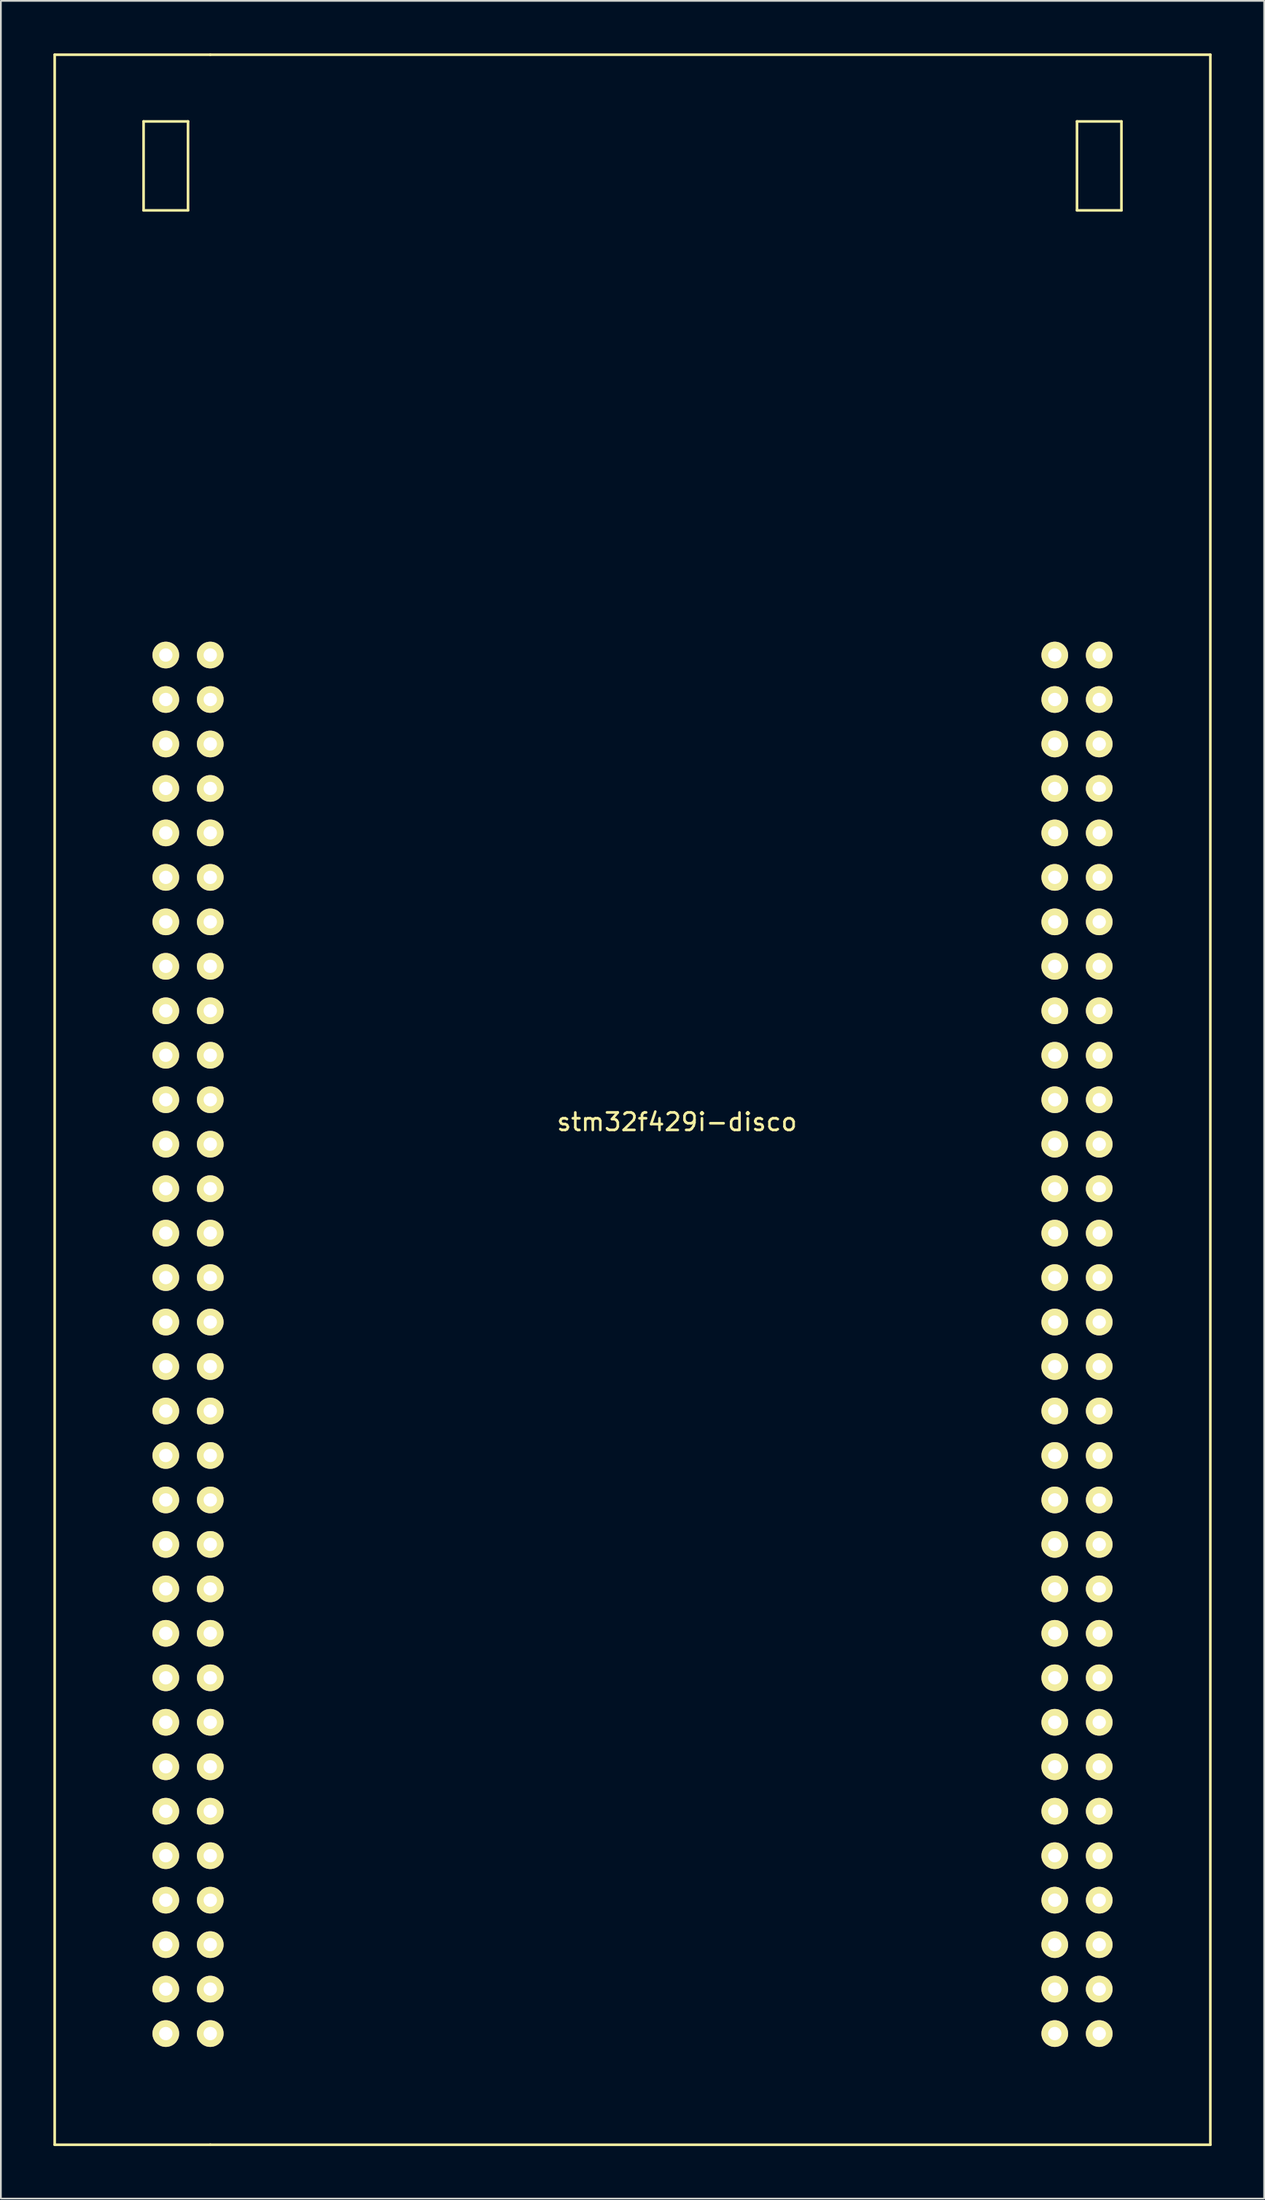
<source format=kicad_pcb>
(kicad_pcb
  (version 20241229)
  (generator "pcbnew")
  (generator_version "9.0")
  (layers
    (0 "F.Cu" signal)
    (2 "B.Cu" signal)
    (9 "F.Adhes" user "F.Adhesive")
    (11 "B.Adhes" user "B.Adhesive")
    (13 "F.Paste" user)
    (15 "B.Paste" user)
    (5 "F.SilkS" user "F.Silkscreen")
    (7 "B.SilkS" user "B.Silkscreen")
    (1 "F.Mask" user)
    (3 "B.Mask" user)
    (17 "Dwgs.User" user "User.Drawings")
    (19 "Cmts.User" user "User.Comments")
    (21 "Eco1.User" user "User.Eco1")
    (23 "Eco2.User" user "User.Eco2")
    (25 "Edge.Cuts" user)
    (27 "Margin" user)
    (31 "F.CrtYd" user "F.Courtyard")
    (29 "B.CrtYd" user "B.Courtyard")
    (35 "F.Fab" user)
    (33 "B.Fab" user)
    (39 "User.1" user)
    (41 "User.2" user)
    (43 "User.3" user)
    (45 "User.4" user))
  (footprint "stm32f429i-disco"
    (layer "F.Cu")
    (at 35.635 59.765)
    (property "Reference" "stm32f429i-disco" (at 0 1.27 0) (layer "F.SilkS") (effects (font (size 1 1) (thickness 0.15))))
    (attr through_hole)
    (fp_line (start -35.56 -59.69) (end -26.67 -59.69) (stroke (width 0.15) (type solid)) (layer "F.SilkS"))
    (fp_line (start -35.56 59.69) (end -35.56 -59.69) (stroke (width 0.15) (type solid)) (layer "F.SilkS"))
    (fp_line (start -30.48 -55.88) (end -27.94 -55.88) (stroke (width 0.15) (type solid)) (layer "F.SilkS"))
    (fp_line (start -30.48 -50.8) (end -30.48 -55.88) (stroke (width 0.15) (type solid)) (layer "F.SilkS"))
    (fp_line (start -27.94 -55.88) (end -27.94 -50.8) (stroke (width 0.15) (type solid)) (layer "F.SilkS"))
    (fp_line (start -27.94 -50.8) (end -30.48 -50.8) (stroke (width 0.15) (type solid)) (layer "F.SilkS"))
    (fp_line (start -26.67 -59.69) (end 30.48 -59.69) (stroke (width 0.15) (type solid)) (layer "F.SilkS"))
    (fp_line (start -26.67 59.69) (end -35.56 59.69) (stroke (width 0.15) (type solid)) (layer "F.SilkS"))
    (fp_line (start 22.86 -55.88) (end 25.4 -55.88) (stroke (width 0.15) (type solid)) (layer "F.SilkS"))
    (fp_line (start 22.86 -50.8) (end 22.86 -55.88) (stroke (width 0.15) (type solid)) (layer "F.SilkS"))
    (fp_line (start 25.4 -55.88) (end 25.4 -50.8) (stroke (width 0.15) (type solid)) (layer "F.SilkS"))
    (fp_line (start 25.4 -50.8) (end 22.86 -50.8) (stroke (width 0.15) (type solid)) (layer "F.SilkS"))
    (fp_line (start 30.48 59.69) (end -26.67 59.69) (stroke (width 0.15) (type solid)) (layer "F.SilkS"))
    (fp_line (start 30.48 59.69) (end 30.48 -59.69) (stroke (width 0.15) (type solid)) (layer "F.SilkS"))
    (pad "1" thru_hole circle (at -29.21 -25.4) (size 1.524 1.524) (drill 0.762) (layers "*.Cu" "*.Mask" "F.SilkS"))
    (pad "2" thru_hole circle (at -26.67 -25.4) (size 1.524 1.524) (drill 0.762) (layers "*.Cu" "*.Mask" "F.SilkS"))
    (pad "3" thru_hole circle (at -29.21 -22.86) (size 1.524 1.524) (drill 0.762) (layers "*.Cu" "*.Mask" "F.SilkS"))
    (pad "4" thru_hole circle (at -26.67 -22.86) (size 1.524 1.524) (drill 0.762) (layers "*.Cu" "*.Mask" "F.SilkS"))
    (pad "5" thru_hole circle (at -29.21 -20.32) (size 1.524 1.524) (drill 0.762) (layers "*.Cu" "*.Mask" "F.SilkS"))
    (pad "6" thru_hole circle (at -26.67 -20.32) (size 1.524 1.524) (drill 0.762) (layers "*.Cu" "*.Mask" "F.SilkS"))
    (pad "7" thru_hole circle (at -29.21 -17.78) (size 1.524 1.524) (drill 0.762) (layers "*.Cu" "*.Mask" "F.SilkS"))
    (pad "8" thru_hole circle (at -26.67 -17.78) (size 1.524 1.524) (drill 0.762) (layers "*.Cu" "*.Mask" "F.SilkS"))
    (pad "9" thru_hole circle (at -29.21 -15.24) (size 1.524 1.524) (drill 0.762) (layers "*.Cu" "*.Mask" "F.SilkS"))
    (pad "10" thru_hole circle (at -26.67 -15.24) (size 1.524 1.524) (drill 0.762) (layers "*.Cu" "*.Mask" "F.SilkS"))
    (pad "11" thru_hole circle (at -29.21 -12.7) (size 1.524 1.524) (drill 0.762) (layers "*.Cu" "*.Mask" "F.SilkS"))
    (pad "12" thru_hole circle (at -26.67 -12.7) (size 1.524 1.524) (drill 0.762) (layers "*.Cu" "*.Mask" "F.SilkS"))
    (pad "13" thru_hole circle (at -29.21 -10.16) (size 1.524 1.524) (drill 0.762) (layers "*.Cu" "*.Mask" "F.SilkS"))
    (pad "14" thru_hole circle (at -26.67 -10.16) (size 1.524 1.524) (drill 0.762) (layers "*.Cu" "*.Mask" "F.SilkS"))
    (pad "15" thru_hole circle (at -29.21 -7.62) (size 1.524 1.524) (drill 0.762) (layers "*.Cu" "*.Mask" "F.SilkS"))
    (pad "16" thru_hole circle (at -26.67 -7.62) (size 1.524 1.524) (drill 0.762) (layers "*.Cu" "*.Mask" "F.SilkS"))
    (pad "17" thru_hole circle (at -29.21 -5.08) (size 1.524 1.524) (drill 0.762) (layers "*.Cu" "*.Mask" "F.SilkS"))
    (pad "18" thru_hole circle (at -26.67 -5.08) (size 1.524 1.524) (drill 0.762) (layers "*.Cu" "*.Mask" "F.SilkS"))
    (pad "19" thru_hole circle (at -29.21 -2.54) (size 1.524 1.524) (drill 0.762) (layers "*.Cu" "*.Mask" "F.SilkS"))
    (pad "20" thru_hole circle (at -26.67 -2.54) (size 1.524 1.524) (drill 0.762) (layers "*.Cu" "*.Mask" "F.SilkS"))
    (pad "21" thru_hole circle (at -29.21 0) (size 1.524 1.524) (drill 0.762) (layers "*.Cu" "*.Mask" "F.SilkS"))
    (pad "22" thru_hole circle (at -26.67 0) (size 1.524 1.524) (drill 0.762) (layers "*.Cu" "*.Mask" "F.SilkS"))
    (pad "23" thru_hole circle (at -29.21 2.54) (size 1.524 1.524) (drill 0.762) (layers "*.Cu" "*.Mask" "F.SilkS"))
    (pad "24" thru_hole circle (at -26.67 2.54) (size 1.524 1.524) (drill 0.762) (layers "*.Cu" "*.Mask" "F.SilkS"))
    (pad "25" thru_hole circle (at -29.21 5.08) (size 1.524 1.524) (drill 0.762) (layers "*.Cu" "*.Mask" "F.SilkS"))
    (pad "26" thru_hole circle (at -26.67 5.08) (size 1.524 1.524) (drill 0.762) (layers "*.Cu" "*.Mask" "F.SilkS"))
    (pad "27" thru_hole circle (at -29.21 7.62) (size 1.524 1.524) (drill 0.762) (layers "*.Cu" "*.Mask" "F.SilkS"))
    (pad "28" thru_hole circle (at -26.67 7.62) (size 1.524 1.524) (drill 0.762) (layers "*.Cu" "*.Mask" "F.SilkS"))
    (pad "29" thru_hole circle (at -29.21 10.16) (size 1.524 1.524) (drill 0.762) (layers "*.Cu" "*.Mask" "F.SilkS"))
    (pad "30" thru_hole circle (at -26.67 10.16) (size 1.524 1.524) (drill 0.762) (layers "*.Cu" "*.Mask" "F.SilkS"))
    (pad "31" thru_hole circle (at -29.21 12.7) (size 1.524 1.524) (drill 0.762) (layers "*.Cu" "*.Mask" "F.SilkS"))
    (pad "32" thru_hole circle (at -26.67 12.7) (size 1.524 1.524) (drill 0.762) (layers "*.Cu" "*.Mask" "F.SilkS"))
    (pad "33" thru_hole circle (at -29.21 15.24) (size 1.524 1.524) (drill 0.762) (layers "*.Cu" "*.Mask" "F.SilkS"))
    (pad "34" thru_hole circle (at -26.67 15.24) (size 1.524 1.524) (drill 0.762) (layers "*.Cu" "*.Mask" "F.SilkS"))
    (pad "35" thru_hole circle (at -29.21 17.78) (size 1.524 1.524) (drill 0.762) (layers "*.Cu" "*.Mask" "F.SilkS"))
    (pad "36" thru_hole circle (at -26.67 17.78) (size 1.524 1.524) (drill 0.762) (layers "*.Cu" "*.Mask" "F.SilkS"))
    (pad "37" thru_hole circle (at -29.21 20.32) (size 1.524 1.524) (drill 0.762) (layers "*.Cu" "*.Mask" "F.SilkS"))
    (pad "38" thru_hole circle (at -26.67 20.32) (size 1.524 1.524) (drill 0.762) (layers "*.Cu" "*.Mask" "F.SilkS"))
    (pad "39" thru_hole circle (at -29.21 22.86) (size 1.524 1.524) (drill 0.762) (layers "*.Cu" "*.Mask" "F.SilkS"))
    (pad "40" thru_hole circle (at -26.67 22.86) (size 1.524 1.524) (drill 0.762) (layers "*.Cu" "*.Mask" "F.SilkS"))
    (pad "41" thru_hole circle (at -29.21 25.4) (size 1.524 1.524) (drill 0.762) (layers "*.Cu" "*.Mask" "F.SilkS"))
    (pad "42" thru_hole circle (at -26.67 25.4) (size 1.524 1.524) (drill 0.762) (layers "*.Cu" "*.Mask" "F.SilkS"))
    (pad "43" thru_hole circle (at -29.21 27.94) (size 1.524 1.524) (drill 0.762) (layers "*.Cu" "*.Mask" "F.SilkS"))
    (pad "44" thru_hole circle (at -26.67 27.94) (size 1.524 1.524) (drill 0.762) (layers "*.Cu" "*.Mask" "F.SilkS"))
    (pad "45" thru_hole circle (at -29.21 30.48) (size 1.524 1.524) (drill 0.762) (layers "*.Cu" "*.Mask" "F.SilkS"))
    (pad "46" thru_hole circle (at -26.67 30.48) (size 1.524 1.524) (drill 0.762) (layers "*.Cu" "*.Mask" "F.SilkS"))
    (pad "47" thru_hole circle (at -29.21 33.02) (size 1.524 1.524) (drill 0.762) (layers "*.Cu" "*.Mask" "F.SilkS"))
    (pad "48" thru_hole circle (at -26.67 33.02) (size 1.524 1.524) (drill 0.762) (layers "*.Cu" "*.Mask" "F.SilkS"))
    (pad "49" thru_hole circle (at -29.21 35.56) (size 1.524 1.524) (drill 0.762) (layers "*.Cu" "*.Mask" "F.SilkS"))
    (pad "50" thru_hole circle (at -26.67 35.56) (size 1.524 1.524) (drill 0.762) (layers "*.Cu" "*.Mask" "F.SilkS"))
    (pad "51" thru_hole circle (at -29.21 38.1) (size 1.524 1.524) (drill 0.762) (layers "*.Cu" "*.Mask" "F.SilkS"))
    (pad "52" thru_hole circle (at -26.67 38.1) (size 1.524 1.524) (drill 0.762) (layers "*.Cu" "*.Mask" "F.SilkS"))
    (pad "53" thru_hole circle (at -29.21 40.64) (size 1.524 1.524) (drill 0.762) (layers "*.Cu" "*.Mask" "F.SilkS"))
    (pad "54" thru_hole circle (at -26.67 40.64) (size 1.524 1.524) (drill 0.762) (layers "*.Cu" "*.Mask" "F.SilkS"))
    (pad "55" thru_hole circle (at -29.21 43.18) (size 1.524 1.524) (drill 0.762) (layers "*.Cu" "*.Mask" "F.SilkS"))
    (pad "56" thru_hole circle (at -26.67 43.18) (size 1.524 1.524) (drill 0.762) (layers "*.Cu" "*.Mask" "F.SilkS"))
    (pad "57" thru_hole circle (at -29.21 45.72) (size 1.524 1.524) (drill 0.762) (layers "*.Cu" "*.Mask" "F.SilkS"))
    (pad "58" thru_hole circle (at -26.67 45.72) (size 1.524 1.524) (drill 0.762) (layers "*.Cu" "*.Mask" "F.SilkS"))
    (pad "59" thru_hole circle (at -29.21 48.26) (size 1.524 1.524) (drill 0.762) (layers "*.Cu" "*.Mask" "F.SilkS"))
    (pad "60" thru_hole circle (at -26.67 48.26) (size 1.524 1.524) (drill 0.762) (layers "*.Cu" "*.Mask" "F.SilkS"))
    (pad "61" thru_hole circle (at -29.21 50.8) (size 1.524 1.524) (drill 0.762) (layers "*.Cu" "*.Mask" "F.SilkS"))
    (pad "62" thru_hole circle (at -26.67 50.8) (size 1.524 1.524) (drill 0.762) (layers "*.Cu" "*.Mask" "F.SilkS"))
    (pad "63" thru_hole circle (at -29.21 53.34) (size 1.524 1.524) (drill 0.762) (layers "*.Cu" "*.Mask" "F.SilkS"))
    (pad "64" thru_hole circle (at -26.67 53.34) (size 1.524 1.524) (drill 0.762) (layers "*.Cu" "*.Mask" "F.SilkS"))
    (pad "65" thru_hole circle (at 21.59 -25.4) (size 1.524 1.524) (drill 0.762) (layers "*.Cu" "*.Mask" "F.SilkS"))
    (pad "66" thru_hole circle (at 24.13 -25.4) (size 1.524 1.524) (drill 0.762) (layers "*.Cu" "*.Mask" "F.SilkS"))
    (pad "67" thru_hole circle (at 21.59 -22.86) (size 1.524 1.524) (drill 0.762) (layers "*.Cu" "*.Mask" "F.SilkS"))
    (pad "68" thru_hole circle (at 24.13 -22.86) (size 1.524 1.524) (drill 0.762) (layers "*.Cu" "*.Mask" "F.SilkS"))
    (pad "69" thru_hole circle (at 21.59 -20.32) (size 1.524 1.524) (drill 0.762) (layers "*.Cu" "*.Mask" "F.SilkS"))
    (pad "70" thru_hole circle (at 24.13 -20.32) (size 1.524 1.524) (drill 0.762) (layers "*.Cu" "*.Mask" "F.SilkS"))
    (pad "71" thru_hole circle (at 21.59 -17.78) (size 1.524 1.524) (drill 0.762) (layers "*.Cu" "*.Mask" "F.SilkS"))
    (pad "72" thru_hole circle (at 24.13 -17.78) (size 1.524 1.524) (drill 0.762) (layers "*.Cu" "*.Mask" "F.SilkS"))
    (pad "73" thru_hole circle (at 21.59 -15.24) (size 1.524 1.524) (drill 0.762) (layers "*.Cu" "*.Mask" "F.SilkS"))
    (pad "74" thru_hole circle (at 24.13 -15.24) (size 1.524 1.524) (drill 0.762) (layers "*.Cu" "*.Mask" "F.SilkS"))
    (pad "75" thru_hole circle (at 21.59 -12.7) (size 1.524 1.524) (drill 0.762) (layers "*.Cu" "*.Mask" "F.SilkS"))
    (pad "76" thru_hole circle (at 24.13 -12.7) (size 1.524 1.524) (drill 0.762) (layers "*.Cu" "*.Mask" "F.SilkS"))
    (pad "77" thru_hole circle (at 21.59 -10.16) (size 1.524 1.524) (drill 0.762) (layers "*.Cu" "*.Mask" "F.SilkS"))
    (pad "78" thru_hole circle (at 24.13 -10.16) (size 1.524 1.524) (drill 0.762) (layers "*.Cu" "*.Mask" "F.SilkS"))
    (pad "79" thru_hole circle (at 21.59 -7.62) (size 1.524 1.524) (drill 0.762) (layers "*.Cu" "*.Mask" "F.SilkS"))
    (pad "80" thru_hole circle (at 24.13 -7.62) (size 1.524 1.524) (drill 0.762) (layers "*.Cu" "*.Mask" "F.SilkS"))
    (pad "81" thru_hole circle (at 21.59 -5.08) (size 1.524 1.524) (drill 0.762) (layers "*.Cu" "*.Mask" "F.SilkS"))
    (pad "82" thru_hole circle (at 24.13 -5.08) (size 1.524 1.524) (drill 0.762) (layers "*.Cu" "*.Mask" "F.SilkS"))
    (pad "83" thru_hole circle (at 21.59 -2.54) (size 1.524 1.524) (drill 0.762) (layers "*.Cu" "*.Mask" "F.SilkS"))
    (pad "84" thru_hole circle (at 24.13 -2.54) (size 1.524 1.524) (drill 0.762) (layers "*.Cu" "*.Mask" "F.SilkS"))
    (pad "85" thru_hole circle (at 21.59 0) (size 1.524 1.524) (drill 0.762) (layers "*.Cu" "*.Mask" "F.SilkS"))
    (pad "86" thru_hole circle (at 24.13 0) (size 1.524 1.524) (drill 0.762) (layers "*.Cu" "*.Mask" "F.SilkS"))
    (pad "87" thru_hole circle (at 21.59 2.54) (size 1.524 1.524) (drill 0.762) (layers "*.Cu" "*.Mask" "F.SilkS"))
    (pad "88" thru_hole circle (at 24.13 2.54) (size 1.524 1.524) (drill 0.762) (layers "*.Cu" "*.Mask" "F.SilkS"))
    (pad "89" thru_hole circle (at 21.59 5.08) (size 1.524 1.524) (drill 0.762) (layers "*.Cu" "*.Mask" "F.SilkS"))
    (pad "90" thru_hole circle (at 24.13 5.08) (size 1.524 1.524) (drill 0.762) (layers "*.Cu" "*.Mask" "F.SilkS"))
    (pad "91" thru_hole circle (at 21.59 7.62) (size 1.524 1.524) (drill 0.762) (layers "*.Cu" "*.Mask" "F.SilkS"))
    (pad "92" thru_hole circle (at 24.13 7.62) (size 1.524 1.524) (drill 0.762) (layers "*.Cu" "*.Mask" "F.SilkS"))
    (pad "93" thru_hole circle (at 21.59 10.16) (size 1.524 1.524) (drill 0.762) (layers "*.Cu" "*.Mask" "F.SilkS"))
    (pad "94" thru_hole circle (at 24.13 10.16) (size 1.524 1.524) (drill 0.762) (layers "*.Cu" "*.Mask" "F.SilkS"))
    (pad "95" thru_hole circle (at 21.59 12.7) (size 1.524 1.524) (drill 0.762) (layers "*.Cu" "*.Mask" "F.SilkS"))
    (pad "96" thru_hole circle (at 24.13 12.7) (size 1.524 1.524) (drill 0.762) (layers "*.Cu" "*.Mask" "F.SilkS"))
    (pad "97" thru_hole circle (at 21.59 15.24) (size 1.524 1.524) (drill 0.762) (layers "*.Cu" "*.Mask" "F.SilkS"))
    (pad "98" thru_hole circle (at 24.13 15.24) (size 1.524 1.524) (drill 0.762) (layers "*.Cu" "*.Mask" "F.SilkS"))
    (pad "99" thru_hole circle (at 21.59 17.78) (size 1.524 1.524) (drill 0.762) (layers "*.Cu" "*.Mask" "F.SilkS"))
    (pad "100" thru_hole circle (at 24.13 17.78) (size 1.524 1.524) (drill 0.762) (layers "*.Cu" "*.Mask" "F.SilkS"))
    (pad "101" thru_hole circle (at 21.59 20.32) (size 1.524 1.524) (drill 0.762) (layers "*.Cu" "*.Mask" "F.SilkS"))
    (pad "102" thru_hole circle (at 24.13 20.32) (size 1.524 1.524) (drill 0.762) (layers "*.Cu" "*.Mask" "F.SilkS"))
    (pad "103" thru_hole circle (at 21.59 22.86) (size 1.524 1.524) (drill 0.762) (layers "*.Cu" "*.Mask" "F.SilkS"))
    (pad "104" thru_hole circle (at 24.13 22.86) (size 1.524 1.524) (drill 0.762) (layers "*.Cu" "*.Mask" "F.SilkS"))
    (pad "105" thru_hole circle (at 21.59 25.4) (size 1.524 1.524) (drill 0.762) (layers "*.Cu" "*.Mask" "F.SilkS"))
    (pad "106" thru_hole circle (at 24.13 25.4) (size 1.524 1.524) (drill 0.762) (layers "*.Cu" "*.Mask" "F.SilkS"))
    (pad "107" thru_hole circle (at 21.59 27.94) (size 1.524 1.524) (drill 0.762) (layers "*.Cu" "*.Mask" "F.SilkS"))
    (pad "108" thru_hole circle (at 24.13 27.94) (size 1.524 1.524) (drill 0.762) (layers "*.Cu" "*.Mask" "F.SilkS"))
    (pad "109" thru_hole circle (at 21.59 30.48) (size 1.524 1.524) (drill 0.762) (layers "*.Cu" "*.Mask" "F.SilkS"))
    (pad "110" thru_hole circle (at 24.13 30.48) (size 1.524 1.524) (drill 0.762) (layers "*.Cu" "*.Mask" "F.SilkS"))
    (pad "111" thru_hole circle (at 21.59 33.02) (size 1.524 1.524) (drill 0.762) (layers "*.Cu" "*.Mask" "F.SilkS"))
    (pad "112" thru_hole circle (at 24.13 33.02) (size 1.524 1.524) (drill 0.762) (layers "*.Cu" "*.Mask" "F.SilkS"))
    (pad "113" thru_hole circle (at 21.59 35.56) (size 1.524 1.524) (drill 0.762) (layers "*.Cu" "*.Mask" "F.SilkS"))
    (pad "114" thru_hole circle (at 24.13 35.56) (size 1.524 1.524) (drill 0.762) (layers "*.Cu" "*.Mask" "F.SilkS"))
    (pad "115" thru_hole circle (at 21.59 38.1) (size 1.524 1.524) (drill 0.762) (layers "*.Cu" "*.Mask" "F.SilkS"))
    (pad "116" thru_hole circle (at 24.13 38.1) (size 1.524 1.524) (drill 0.762) (layers "*.Cu" "*.Mask" "F.SilkS"))
    (pad "117" thru_hole circle (at 21.59 40.64) (size 1.524 1.524) (drill 0.762) (layers "*.Cu" "*.Mask" "F.SilkS"))
    (pad "118" thru_hole circle (at 24.13 40.64) (size 1.524 1.524) (drill 0.762) (layers "*.Cu" "*.Mask" "F.SilkS"))
    (pad "119" thru_hole circle (at 21.59 43.18) (size 1.524 1.524) (drill 0.762) (layers "*.Cu" "*.Mask" "F.SilkS"))
    (pad "120" thru_hole circle (at 24.13 43.18) (size 1.524 1.524) (drill 0.762) (layers "*.Cu" "*.Mask" "F.SilkS"))
    (pad "121" thru_hole circle (at 21.59 45.72) (size 1.524 1.524) (drill 0.762) (layers "*.Cu" "*.Mask" "F.SilkS"))
    (pad "122" thru_hole circle (at 24.13 45.72) (size 1.524 1.524) (drill 0.762) (layers "*.Cu" "*.Mask" "F.SilkS"))
    (pad "123" thru_hole circle (at 21.59 48.26) (size 1.524 1.524) (drill 0.762) (layers "*.Cu" "*.Mask" "F.SilkS"))
    (pad "124" thru_hole circle (at 24.13 48.26) (size 1.524 1.524) (drill 0.762) (layers "*.Cu" "*.Mask" "F.SilkS"))
    (pad "125" thru_hole circle (at 21.59 50.8) (size 1.524 1.524) (drill 0.762) (layers "*.Cu" "*.Mask" "F.SilkS"))
    (pad "126" thru_hole circle (at 24.13 50.8) (size 1.524 1.524) (drill 0.762) (layers "*.Cu" "*.Mask" "F.SilkS"))
    (pad "127" thru_hole circle (at 21.59 53.34) (size 1.524 1.524) (drill 0.762) (layers "*.Cu" "*.Mask" "F.SilkS"))
    (pad "128" thru_hole circle (at 24.13 53.34) (size 1.524 1.524) (drill 0.762) (layers "*.Cu" "*.Mask" "F.SilkS")))
  (gr_rect
    (start -3 -3)
    (end 69.19 122.53)
    (stroke (width 0.1) (type default))
    (fill no)
    (layer "Edge.Cuts")))
</source>
